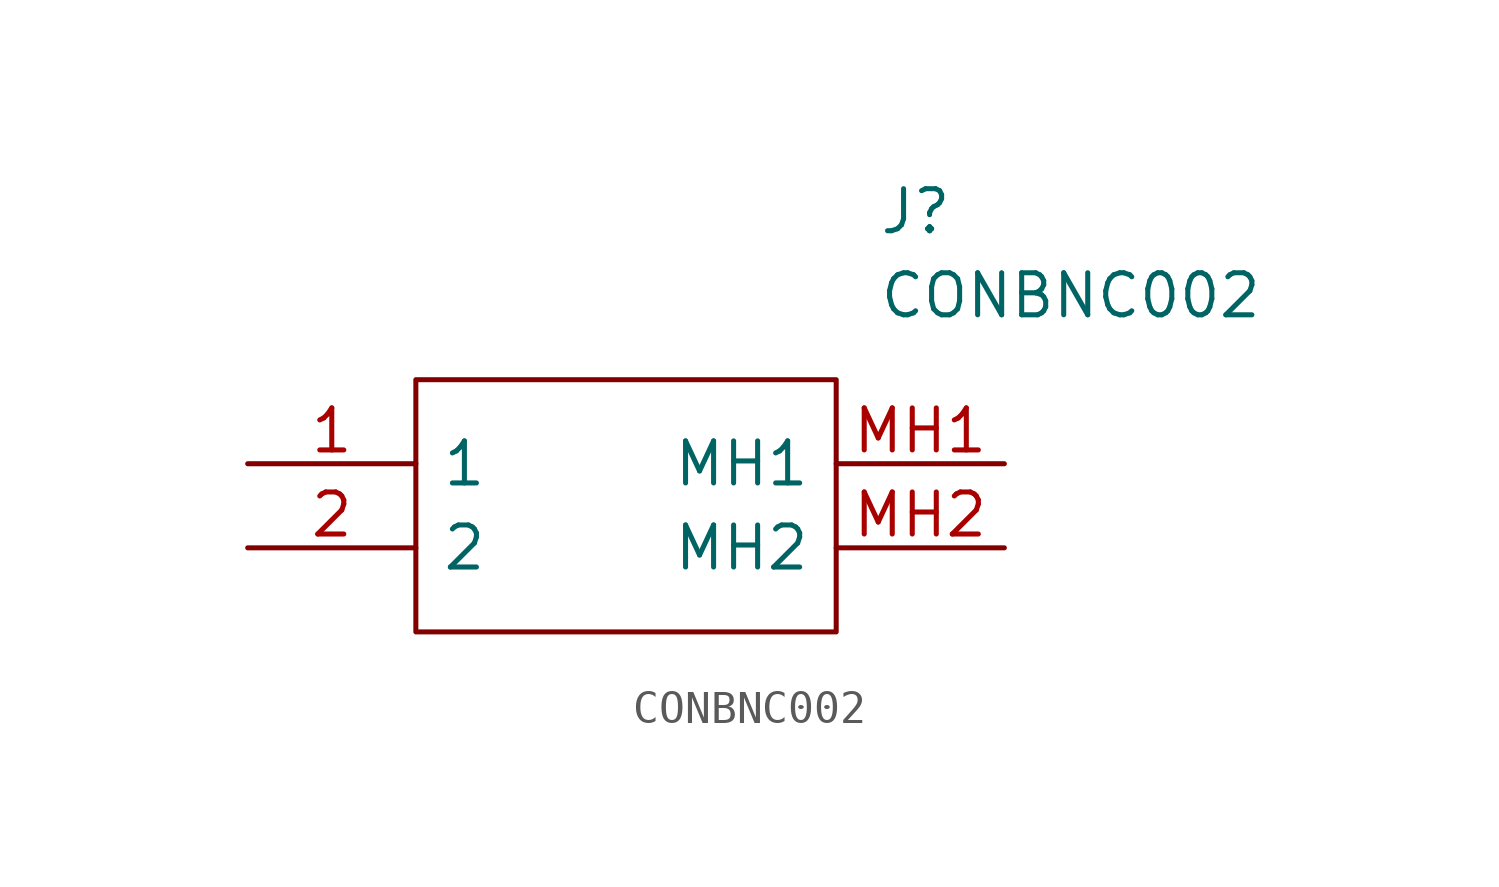
<source format=kicad_sym>
(kicad_symbol_lib
  (version 20220914)
  (generator kicad_symbol_editor)
  (symbol "CONBNC002"
    (pin_names
      (offset 0.762))
    (property "Reference" "J"
      (at 19.05 7.62 0)
      (effects (font (size 1.27 1.27)) (justify left)))
    (property "Value" "CONBNC002"
      (at 19.05 5.08 0)
      (effects (font (size 1.27 1.27)) (justify left)))
    (symbol "CONBNC002_0_0"
      (pin passive line (at 0 0 0) (length 5.08) (name "1" (effects (font (size 1.27 1.27)))) (number "1" (effects (font (size 1.27 1.27)))))
      (pin passive line (at 0 -2.54 0) (length 5.08) (name "2" (effects (font (size 1.27 1.27)))) (number "2" (effects (font (size 1.27 1.27)))))
      (pin passive line (at 22.86 0 180) (length 5.08) (name "MH1" (effects (font (size 1.27 1.27)))) (number "MH1" (effects (font (size 1.27 1.27)))))
      (pin passive line (at 22.86 -2.54 180) (length 5.08) (name "MH2" (effects (font (size 1.27 1.27)))) (number "MH2" (effects (font (size 1.27 1.27))))))
    (symbol "CONBNC002_0_1"
      (polyline (pts (xy 5.08 2.54) (xy 17.78 2.54) (xy 17.78 -5.08) (xy 5.08 -5.08) (xy 5.08 2.54)) (stroke (width 0.152) (type solid)) (fill (type none))))))
</source>
